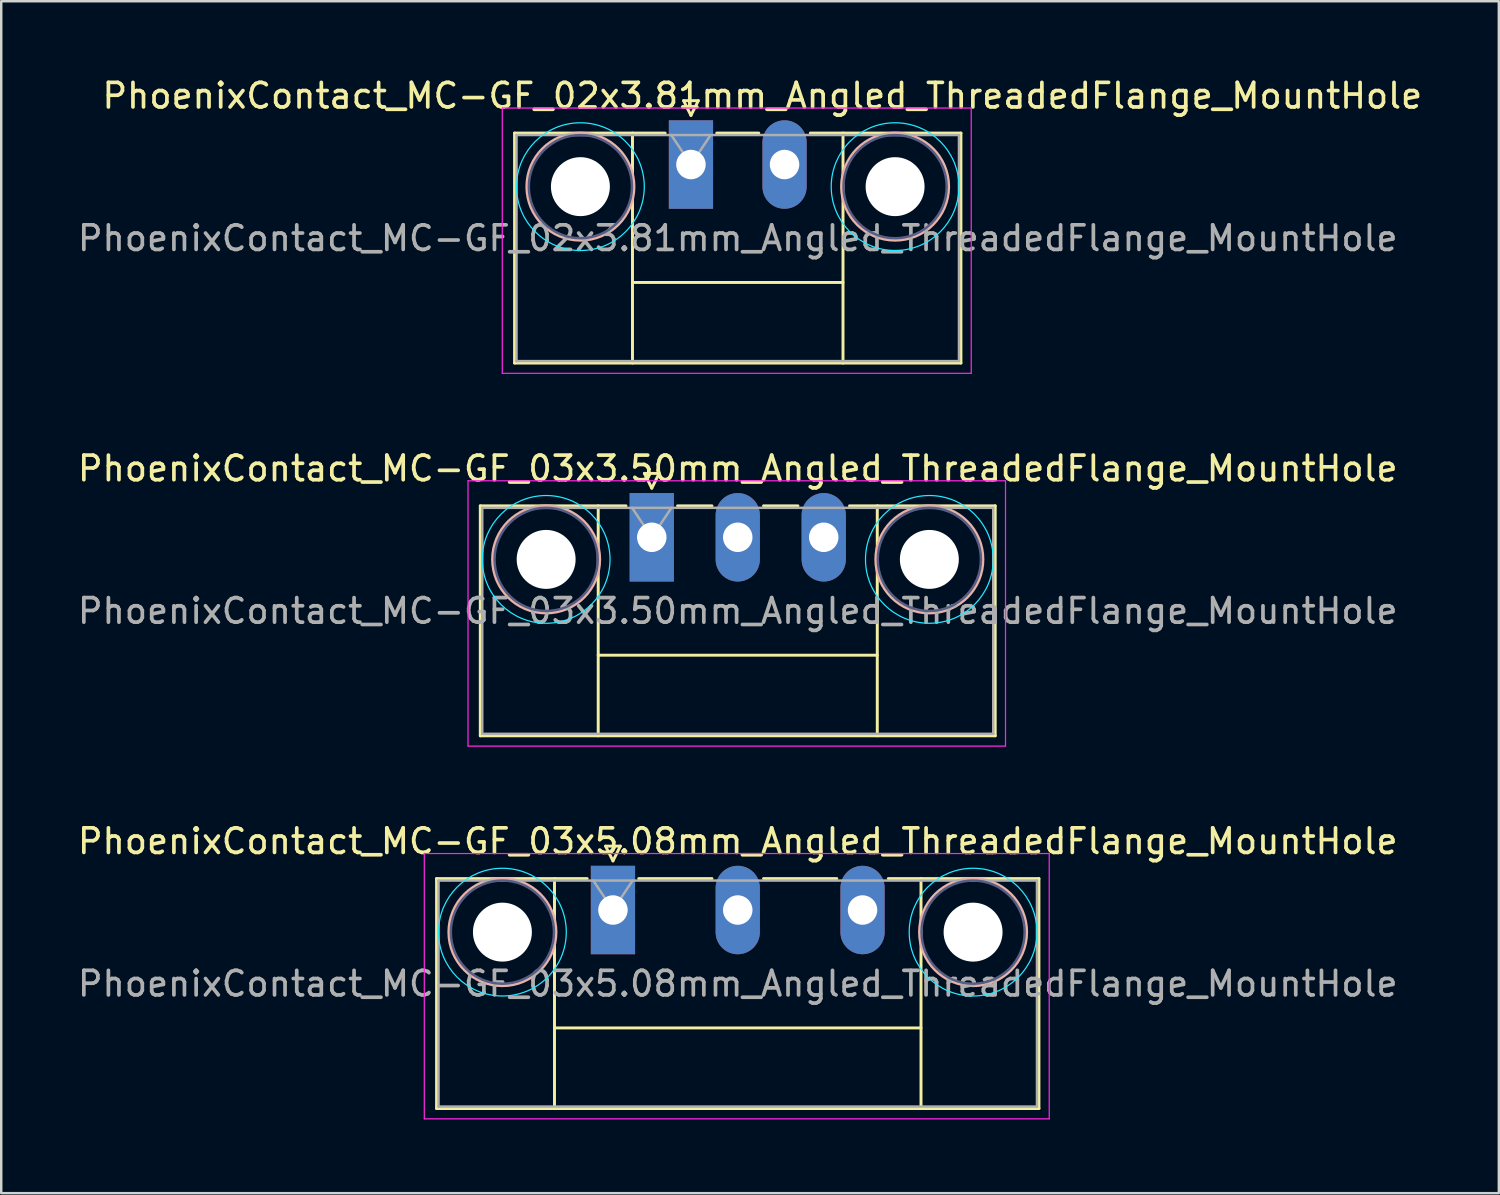
<source format=kicad_pcb>
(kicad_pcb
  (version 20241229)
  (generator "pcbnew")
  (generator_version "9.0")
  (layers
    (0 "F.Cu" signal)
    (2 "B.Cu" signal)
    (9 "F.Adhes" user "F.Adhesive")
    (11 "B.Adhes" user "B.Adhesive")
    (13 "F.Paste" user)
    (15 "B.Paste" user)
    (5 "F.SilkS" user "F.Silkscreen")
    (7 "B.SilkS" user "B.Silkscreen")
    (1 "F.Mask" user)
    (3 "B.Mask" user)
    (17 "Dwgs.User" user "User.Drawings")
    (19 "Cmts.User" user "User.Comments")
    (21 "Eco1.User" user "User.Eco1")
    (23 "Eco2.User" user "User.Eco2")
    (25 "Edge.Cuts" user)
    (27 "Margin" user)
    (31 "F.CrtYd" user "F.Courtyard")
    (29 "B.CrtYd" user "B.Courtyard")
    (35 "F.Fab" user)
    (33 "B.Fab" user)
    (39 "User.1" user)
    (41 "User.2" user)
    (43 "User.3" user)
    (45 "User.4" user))
  (footprint "PhoenixContact_MC-GF_02x3.81mm_Angled_ThreadedFlange_MountHole"
    (layer "F.Cu")
    (at 25.077 3.648)
    (property "Reference" "PhoenixContact_MC-GF_02x3.81mm_Angled_ThreadedFlange_MountHole" (at 2.905 -2.8 0) (layer "F.SilkS") (effects (font (size 1 1) (thickness 0.15))))
    (attr through_hole)
    (fp_line (start -7.18 -1.28) (end -7.18 8.08) (stroke (width 0.12) (type solid)) (layer "F.SilkS"))
    (fp_line (start -7.18 -1.28) (end -1.05 -1.28) (stroke (width 0.12) (type solid)) (layer "F.SilkS"))
    (fp_line (start -7.18 8.08) (end 10.99 8.08) (stroke (width 0.12) (type solid)) (layer "F.SilkS"))
    (fp_line (start -2.38 -1.28) (end -2.38 8.08) (stroke (width 0.12) (type solid)) (layer "F.SilkS"))
    (fp_line (start -2.38 4.8) (end 6.19 4.8) (stroke (width 0.12) (type solid)) (layer "F.SilkS"))
    (fp_line (start -0.3 -2.6) (end 0.3 -2.6) (stroke (width 0.12) (type solid)) (layer "F.SilkS"))
    (fp_line (start 0 -2) (end -0.3 -2.6) (stroke (width 0.12) (type solid)) (layer "F.SilkS"))
    (fp_line (start 0.3 -2.6) (end 0 -2) (stroke (width 0.12) (type solid)) (layer "F.SilkS"))
    (fp_line (start 1.05 -1.28) (end 2.76 -1.28) (stroke (width 0.12) (type solid)) (layer "F.SilkS"))
    (fp_line (start 6.19 -1.28) (end 6.19 8.08) (stroke (width 0.12) (type solid)) (layer "F.SilkS"))
    (fp_line (start 10.99 -1.28) (end 4.86 -1.28) (stroke (width 0.12) (type solid)) (layer "F.SilkS"))
    (fp_line (start 10.99 8.08) (end 10.99 -1.28) (stroke (width 0.12) (type solid)) (layer "F.SilkS"))
    (fp_circle (center -4.5 0.9) (end -2.32 0.9) (stroke (width 0.12) (type solid)) (fill no) (layer "B.SilkS"))
    (fp_circle (center 8.31 0.9) (end 10.49 0.9) (stroke (width 0.12) (type solid)) (fill no) (layer "B.SilkS"))
    (fp_circle (center -4.5 0.9) (end -1.9 0.9) (stroke (width 0.05) (type solid)) (fill no) (layer "B.CrtYd"))
    (fp_circle (center 8.31 0.9) (end 10.91 0.9) (stroke (width 0.05) (type solid)) (fill no) (layer "B.CrtYd"))
    (fp_line (start -7.68 -2.3) (end -7.68 8.5) (stroke (width 0.05) (type solid)) (layer "F.CrtYd"))
    (fp_line (start -7.68 8.5) (end 11.41 8.5) (stroke (width 0.05) (type solid)) (layer "F.CrtYd"))
    (fp_line (start 11.41 -2.3) (end -7.68 -2.3) (stroke (width 0.05) (type solid)) (layer "F.CrtYd"))
    (fp_line (start 11.41 8.5) (end 11.41 -2.3) (stroke (width 0.05) (type solid)) (layer "F.CrtYd"))
    (fp_circle (center -4.5 0.9) (end -2.4 0.9) (stroke (width 0.1) (type solid)) (fill no) (layer "B.Fab"))
    (fp_circle (center 8.31 0.9) (end 10.41 0.9) (stroke (width 0.1) (type solid)) (fill no) (layer "B.Fab"))
    (fp_line (start -7.1 -1.2) (end -7.1 8) (stroke (width 0.1) (type solid)) (layer "F.Fab"))
    (fp_line (start -7.1 8) (end 10.91 8) (stroke (width 0.1) (type solid)) (layer "F.Fab"))
    (fp_line (start 0 0) (end -0.8 -1.2) (stroke (width 0.1) (type solid)) (layer "F.Fab"))
    (fp_line (start 0.8 -1.2) (end 0 0) (stroke (width 0.1) (type solid)) (layer "F.Fab"))
    (fp_line (start 10.91 -1.2) (end -7.1 -1.2) (stroke (width 0.1) (type solid)) (layer "F.Fab"))
    (fp_line (start 10.91 8) (end 10.91 -1.2) (stroke (width 0.1) (type solid)) (layer "F.Fab"))
    (fp_text user "${REFERENCE}" (at 1.905 3 0) (layer "F.Fab") (effects (font (size 1 1) (thickness 0.15))))
    (pad "" np_thru_hole circle (at -4.5 0.9) (size 2.4 2.4) (drill 2.4) (layers "*.Cu" "*.Mask"))
    (pad "" np_thru_hole circle (at 8.31 0.9) (size 2.4 2.4) (drill 2.4) (layers "*.Cu" "*.Mask"))
    (pad "1" thru_hole rect (at 0 0) (size 1.8 3.6) (drill 1.2) (layers "*.Cu" "*.Mask"))
    (pad "2" thru_hole oval (at 3.81 0) (size 1.8 3.6) (drill 1.2) (layers "*.Cu" "*.Mask")))
  (footprint "PhoenixContact_MC-GF_03x5.08mm_Angled_ThreadedFlange_MountHole"
    (layer "F.Cu")
    (at 21.902 33.995)
    (property "Reference" "PhoenixContact_MC-GF_03x5.08mm_Angled_ThreadedFlange_MountHole" (at 5.08 -2.8 0) (layer "F.SilkS") (effects (font (size 1 1) (thickness 0.15))))
    (attr through_hole)
    (fp_line (start -7.18 -1.28) (end -7.18 8.08) (stroke (width 0.12) (type solid)) (layer "F.SilkS"))
    (fp_line (start -7.18 -1.28) (end -1.05 -1.28) (stroke (width 0.12) (type solid)) (layer "F.SilkS"))
    (fp_line (start -7.18 8.08) (end 17.34 8.08) (stroke (width 0.12) (type solid)) (layer "F.SilkS"))
    (fp_line (start -2.38 -1.28) (end -2.38 8.08) (stroke (width 0.12) (type solid)) (layer "F.SilkS"))
    (fp_line (start -2.38 4.8) (end 12.54 4.8) (stroke (width 0.12) (type solid)) (layer "F.SilkS"))
    (fp_line (start -0.3 -2.6) (end 0.3 -2.6) (stroke (width 0.12) (type solid)) (layer "F.SilkS"))
    (fp_line (start 0 -2) (end -0.3 -2.6) (stroke (width 0.12) (type solid)) (layer "F.SilkS"))
    (fp_line (start 0.3 -2.6) (end 0 -2) (stroke (width 0.12) (type solid)) (layer "F.SilkS"))
    (fp_line (start 1.05 -1.28) (end 4.03 -1.28) (stroke (width 0.12) (type solid)) (layer "F.SilkS"))
    (fp_line (start 6.13 -1.28) (end 9.11 -1.28) (stroke (width 0.12) (type solid)) (layer "F.SilkS"))
    (fp_line (start 12.54 -1.28) (end 12.54 8.08) (stroke (width 0.12) (type solid)) (layer "F.SilkS"))
    (fp_line (start 17.34 -1.28) (end 11.21 -1.28) (stroke (width 0.12) (type solid)) (layer "F.SilkS"))
    (fp_line (start 17.34 8.08) (end 17.34 -1.28) (stroke (width 0.12) (type solid)) (layer "F.SilkS"))
    (fp_circle (center -4.5 0.9) (end -2.32 0.9) (stroke (width 0.12) (type solid)) (fill no) (layer "B.SilkS"))
    (fp_circle (center 14.66 0.9) (end 16.84 0.9) (stroke (width 0.12) (type solid)) (fill no) (layer "B.SilkS"))
    (fp_circle (center -4.5 0.9) (end -1.9 0.9) (stroke (width 0.05) (type solid)) (fill no) (layer "B.CrtYd"))
    (fp_circle (center 14.66 0.9) (end 17.26 0.9) (stroke (width 0.05) (type solid)) (fill no) (layer "B.CrtYd"))
    (fp_line (start -7.68 -2.3) (end -7.68 8.5) (stroke (width 0.05) (type solid)) (layer "F.CrtYd"))
    (fp_line (start -7.68 8.5) (end 17.76 8.5) (stroke (width 0.05) (type solid)) (layer "F.CrtYd"))
    (fp_line (start 17.76 -2.3) (end -7.68 -2.3) (stroke (width 0.05) (type solid)) (layer "F.CrtYd"))
    (fp_line (start 17.76 8.5) (end 17.76 -2.3) (stroke (width 0.05) (type solid)) (layer "F.CrtYd"))
    (fp_circle (center -4.5 0.9) (end -2.4 0.9) (stroke (width 0.1) (type solid)) (fill no) (layer "B.Fab"))
    (fp_circle (center 14.66 0.9) (end 16.76 0.9) (stroke (width 0.1) (type solid)) (fill no) (layer "B.Fab"))
    (fp_line (start -7.1 -1.2) (end -7.1 8) (stroke (width 0.1) (type solid)) (layer "F.Fab"))
    (fp_line (start -7.1 8) (end 17.26 8) (stroke (width 0.1) (type solid)) (layer "F.Fab"))
    (fp_line (start 0 0) (end -0.8 -1.2) (stroke (width 0.1) (type solid)) (layer "F.Fab"))
    (fp_line (start 0.8 -1.2) (end 0 0) (stroke (width 0.1) (type solid)) (layer "F.Fab"))
    (fp_line (start 17.26 -1.2) (end -7.1 -1.2) (stroke (width 0.1) (type solid)) (layer "F.Fab"))
    (fp_line (start 17.26 8) (end 17.26 -1.2) (stroke (width 0.1) (type solid)) (layer "F.Fab"))
    (fp_text user "${REFERENCE}" (at 5.08 3 0) (layer "F.Fab") (effects (font (size 1 1) (thickness 0.15))))
    (pad "" np_thru_hole circle (at -4.5 0.9) (size 2.4 2.4) (drill 2.4) (layers "*.Cu" "*.Mask"))
    (pad "" np_thru_hole circle (at 14.66 0.9) (size 2.4 2.4) (drill 2.4) (layers "*.Cu" "*.Mask"))
    (pad "1" thru_hole rect (at 0 0) (size 1.8 3.6) (drill 1.2) (layers "*.Cu" "*.Mask"))
    (pad "2" thru_hole oval (at 5.08 0) (size 1.8 3.6) (drill 1.2) (layers "*.Cu" "*.Mask"))
    (pad "3" thru_hole oval (at 10.16 0) (size 1.8 3.6) (drill 1.2) (layers "*.Cu" "*.Mask")))
  (footprint "PhoenixContact_MC-GF_03x3.50mm_Angled_ThreadedFlange_MountHole"
    (layer "F.Cu")
    (at 23.482 18.822)
    (property "Reference" "PhoenixContact_MC-GF_03x3.50mm_Angled_ThreadedFlange_MountHole" (at 3.5 -2.8 0) (layer "F.SilkS") (effects (font (size 1 1) (thickness 0.15))))
    (attr through_hole)
    (fp_line (start -6.98 -1.28) (end -6.98 8.08) (stroke (width 0.12) (type solid)) (layer "F.SilkS"))
    (fp_line (start -6.98 -1.28) (end -1.05 -1.28) (stroke (width 0.12) (type solid)) (layer "F.SilkS"))
    (fp_line (start -6.98 8.08) (end 13.98 8.08) (stroke (width 0.12) (type solid)) (layer "F.SilkS"))
    (fp_line (start -2.18 -1.28) (end -2.18 8.08) (stroke (width 0.12) (type solid)) (layer "F.SilkS"))
    (fp_line (start -2.18 4.8) (end 9.18 4.8) (stroke (width 0.12) (type solid)) (layer "F.SilkS"))
    (fp_line (start -0.3 -2.6) (end 0.3 -2.6) (stroke (width 0.12) (type solid)) (layer "F.SilkS"))
    (fp_line (start 0 -2) (end -0.3 -2.6) (stroke (width 0.12) (type solid)) (layer "F.SilkS"))
    (fp_line (start 0.3 -2.6) (end 0 -2) (stroke (width 0.12) (type solid)) (layer "F.SilkS"))
    (fp_line (start 1.05 -1.28) (end 2.45 -1.28) (stroke (width 0.12) (type solid)) (layer "F.SilkS"))
    (fp_line (start 4.55 -1.28) (end 5.95 -1.28) (stroke (width 0.12) (type solid)) (layer "F.SilkS"))
    (fp_line (start 9.18 -1.28) (end 9.18 8.08) (stroke (width 0.12) (type solid)) (layer "F.SilkS"))
    (fp_line (start 13.98 -1.28) (end 8.05 -1.28) (stroke (width 0.12) (type solid)) (layer "F.SilkS"))
    (fp_line (start 13.98 8.08) (end 13.98 -1.28) (stroke (width 0.12) (type solid)) (layer "F.SilkS"))
    (fp_circle (center -4.3 0.9) (end -2.12 0.9) (stroke (width 0.12) (type solid)) (fill no) (layer "B.SilkS"))
    (fp_circle (center 11.3 0.9) (end 13.48 0.9) (stroke (width 0.12) (type solid)) (fill no) (layer "B.SilkS"))
    (fp_circle (center -4.3 0.9) (end -1.7 0.9) (stroke (width 0.05) (type solid)) (fill no) (layer "B.CrtYd"))
    (fp_circle (center 11.3 0.9) (end 13.9 0.9) (stroke (width 0.05) (type solid)) (fill no) (layer "B.CrtYd"))
    (fp_line (start -7.48 -2.3) (end -7.48 8.5) (stroke (width 0.05) (type solid)) (layer "F.CrtYd"))
    (fp_line (start -7.48 8.5) (end 14.4 8.5) (stroke (width 0.05) (type solid)) (layer "F.CrtYd"))
    (fp_line (start 14.4 -2.3) (end -7.48 -2.3) (stroke (width 0.05) (type solid)) (layer "F.CrtYd"))
    (fp_line (start 14.4 8.5) (end 14.4 -2.3) (stroke (width 0.05) (type solid)) (layer "F.CrtYd"))
    (fp_circle (center -4.3 0.9) (end -2.2 0.9) (stroke (width 0.1) (type solid)) (fill no) (layer "B.Fab"))
    (fp_circle (center 11.3 0.9) (end 13.4 0.9) (stroke (width 0.1) (type solid)) (fill no) (layer "B.Fab"))
    (fp_line (start -6.9 -1.2) (end -6.9 8) (stroke (width 0.1) (type solid)) (layer "F.Fab"))
    (fp_line (start -6.9 8) (end 13.9 8) (stroke (width 0.1) (type solid)) (layer "F.Fab"))
    (fp_line (start 0 0) (end -0.8 -1.2) (stroke (width 0.1) (type solid)) (layer "F.Fab"))
    (fp_line (start 0.8 -1.2) (end 0 0) (stroke (width 0.1) (type solid)) (layer "F.Fab"))
    (fp_line (start 13.9 -1.2) (end -6.9 -1.2) (stroke (width 0.1) (type solid)) (layer "F.Fab"))
    (fp_line (start 13.9 8) (end 13.9 -1.2) (stroke (width 0.1) (type solid)) (layer "F.Fab"))
    (fp_text user "${REFERENCE}" (at 3.5 3 0) (layer "F.Fab") (effects (font (size 1 1) (thickness 0.15))))
    (pad "" np_thru_hole circle (at -4.3 0.9) (size 2.4 2.4) (drill 2.4) (layers "*.Cu" "*.Mask"))
    (pad "" np_thru_hole circle (at 11.3 0.9) (size 2.4 2.4) (drill 2.4) (layers "*.Cu" "*.Mask"))
    (pad "1" thru_hole rect (at 0 0) (size 1.8 3.6) (drill 1.2) (layers "*.Cu" "*.Mask"))
    (pad "2" thru_hole oval (at 3.5 0) (size 1.8 3.6) (drill 1.2) (layers "*.Cu" "*.Mask"))
    (pad "3" thru_hole oval (at 7 0) (size 1.8 3.6) (drill 1.2) (layers "*.Cu" "*.Mask")))
  (gr_rect
    (start -3 -3)
    (end 57.964 45.52)
    (stroke (width 0.1) (type default))
    (fill no)
    (layer "Edge.Cuts")))
</source>
